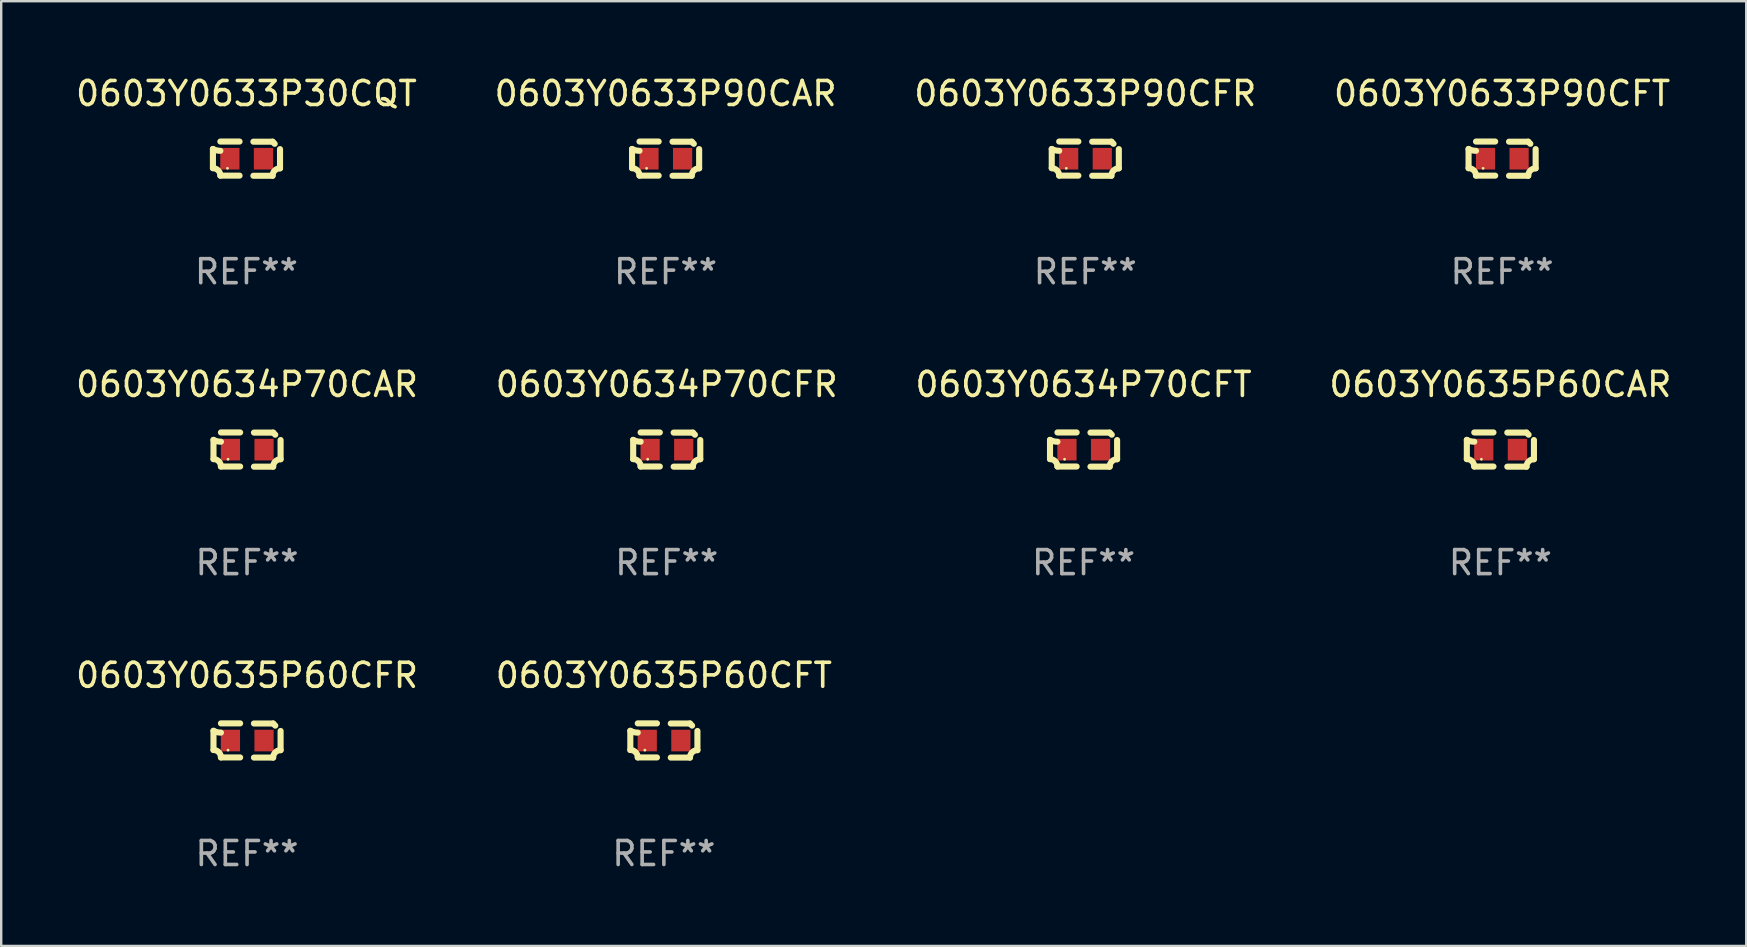
<source format=kicad_pcb>
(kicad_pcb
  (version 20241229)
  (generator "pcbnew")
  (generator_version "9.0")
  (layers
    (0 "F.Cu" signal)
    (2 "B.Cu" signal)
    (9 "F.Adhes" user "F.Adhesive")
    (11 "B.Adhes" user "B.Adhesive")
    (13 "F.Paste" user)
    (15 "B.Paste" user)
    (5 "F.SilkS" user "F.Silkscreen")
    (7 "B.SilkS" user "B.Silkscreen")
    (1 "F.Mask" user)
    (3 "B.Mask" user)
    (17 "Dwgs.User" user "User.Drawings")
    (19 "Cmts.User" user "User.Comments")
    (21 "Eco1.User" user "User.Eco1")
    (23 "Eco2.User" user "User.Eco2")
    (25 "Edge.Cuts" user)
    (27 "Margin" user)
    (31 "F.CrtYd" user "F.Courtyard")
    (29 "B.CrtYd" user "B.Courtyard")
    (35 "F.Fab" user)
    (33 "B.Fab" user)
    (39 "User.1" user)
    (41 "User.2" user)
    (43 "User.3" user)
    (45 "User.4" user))
  (footprint "0603Y0633P30CQT"
    (layer "F.Cu")
    (at 7.22 3.561)
    (property "Reference" "0603Y0633P30CQT" (at 0 -2.713 0) (layer "F.SilkS") (effects (font (size 1 1) (thickness 0.15))))
    (attr through_hole)
    (fp_line (start -1.398 -0.403) (end -1.398 0.397) (stroke (width 0.254) (type solid)) (layer "F.SilkS"))
    (fp_line (start -0.288 -0.713) (end -1.088 -0.713) (stroke (width 0.254) (type solid)) (layer "F.SilkS"))
    (fp_line (start -0.288 0.707) (end -1.088 0.707) (stroke (width 0.254) (type solid)) (layer "F.SilkS"))
    (fp_line (start 0.288 -0.707) (end 1.088 -0.707) (stroke (width 0.254) (type solid)) (layer "F.SilkS"))
    (fp_line (start 0.288 0.713) (end 1.088 0.713) (stroke (width 0.254) (type solid)) (layer "F.SilkS"))
    (fp_line (start 1.398 -0.397) (end 1.398 0.403) (stroke (width 0.254) (type solid)) (layer "F.SilkS"))
    (fp_arc (start -1.397789 0.397066) (mid -1.178701 0.487826) (end -1.08796 0.706922) (stroke (width 0.254001) (type solid)) (layer "F.SilkS"))
    (fp_arc (start -1.08796 -0.327176) (mid -1.247436 -0.346384) (end -1.39779 -0.402908) (stroke (width 0.254001) (type solid)) (layer "F.SilkS"))
    (fp_arc (start 1.087909 0.712738) (mid 1.178656 0.493655) (end 1.397739 0.402908) (stroke (width 0.254001) (type solid)) (layer "F.SilkS"))
    (fp_arc (start 1.175925 -0.618926) (mid 1.131917 -0.662923) (end 1.08791 -0.706922) (stroke (width 0.254001) (type solid)) (layer "F.SilkS"))
    (fp_circle (center -0.792 0.403) (end -0.762 0.403) (stroke (width 0.06) (type solid)) (fill no) (layer "F.SilkS"))
    (fp_text user "REF**" (at 0 4.713 0) (layer "F.Fab") (effects (font (size 1 1) (thickness 0.15))))
    (pad "1" smd rect (at -0.692 0.003) (size 0.8 0.9) (layers "F.Cu" "F.Mask" "F.Paste"))
    (pad "2" smd rect (at 0.708 0.003) (size 0.8 0.9) (layers "F.Cu" "F.Mask" "F.Paste")))
  (footprint "0603Y0634P70CFT"
    (layer "F.Cu")
    (at 42.101 15.683)
    (property "Reference" "0603Y0634P70CFT" (at 0 -2.713 0) (layer "F.SilkS") (effects (font (size 1 1) (thickness 0.15))))
    (attr through_hole)
    (fp_line (start -1.398 -0.403) (end -1.398 0.397) (stroke (width 0.254) (type solid)) (layer "F.SilkS"))
    (fp_line (start -0.288 -0.713) (end -1.088 -0.713) (stroke (width 0.254) (type solid)) (layer "F.SilkS"))
    (fp_line (start -0.288 0.707) (end -1.088 0.707) (stroke (width 0.254) (type solid)) (layer "F.SilkS"))
    (fp_line (start 0.288 -0.707) (end 1.088 -0.707) (stroke (width 0.254) (type solid)) (layer "F.SilkS"))
    (fp_line (start 0.288 0.713) (end 1.088 0.713) (stroke (width 0.254) (type solid)) (layer "F.SilkS"))
    (fp_line (start 1.398 -0.397) (end 1.398 0.403) (stroke (width 0.254) (type solid)) (layer "F.SilkS"))
    (fp_arc (start -1.397789 0.397066) (mid -1.178701 0.487826) (end -1.08796 0.706922) (stroke (width 0.254001) (type solid)) (layer "F.SilkS"))
    (fp_arc (start -1.08796 -0.327176) (mid -1.247436 -0.346384) (end -1.39779 -0.402908) (stroke (width 0.254001) (type solid)) (layer "F.SilkS"))
    (fp_arc (start 1.087909 0.712738) (mid 1.178656 0.493655) (end 1.397739 0.402908) (stroke (width 0.254001) (type solid)) (layer "F.SilkS"))
    (fp_arc (start 1.175925 -0.618926) (mid 1.131917 -0.662923) (end 1.08791 -0.706922) (stroke (width 0.254001) (type solid)) (layer "F.SilkS"))
    (fp_circle (center -0.792 0.403) (end -0.762 0.403) (stroke (width 0.06) (type solid)) (fill no) (layer "F.SilkS"))
    (fp_text user "REF**" (at 0 4.713 0) (layer "F.Fab") (effects (font (size 1 1) (thickness 0.15))))
    (pad "1" smd rect (at -0.692 0.003) (size 0.8 0.9) (layers "F.Cu" "F.Mask" "F.Paste"))
    (pad "2" smd rect (at 0.708 0.003) (size 0.8 0.9) (layers "F.Cu" "F.Mask" "F.Paste")))
  (footprint "0603Y0633P90CFR"
    (layer "F.Cu")
    (at 42.173 3.561)
    (property "Reference" "0603Y0633P90CFR" (at 0 -2.713 0) (layer "F.SilkS") (effects (font (size 1 1) (thickness 0.15))))
    (attr through_hole)
    (fp_line (start -1.398 -0.403) (end -1.398 0.397) (stroke (width 0.254) (type solid)) (layer "F.SilkS"))
    (fp_line (start -0.288 -0.713) (end -1.088 -0.713) (stroke (width 0.254) (type solid)) (layer "F.SilkS"))
    (fp_line (start -0.288 0.707) (end -1.088 0.707) (stroke (width 0.254) (type solid)) (layer "F.SilkS"))
    (fp_line (start 0.288 -0.707) (end 1.088 -0.707) (stroke (width 0.254) (type solid)) (layer "F.SilkS"))
    (fp_line (start 0.288 0.713) (end 1.088 0.713) (stroke (width 0.254) (type solid)) (layer "F.SilkS"))
    (fp_line (start 1.398 -0.397) (end 1.398 0.403) (stroke (width 0.254) (type solid)) (layer "F.SilkS"))
    (fp_arc (start -1.397789 0.397066) (mid -1.178701 0.487826) (end -1.08796 0.706922) (stroke (width 0.254001) (type solid)) (layer "F.SilkS"))
    (fp_arc (start -1.08796 -0.327176) (mid -1.247436 -0.346384) (end -1.39779 -0.402908) (stroke (width 0.254001) (type solid)) (layer "F.SilkS"))
    (fp_arc (start 1.087909 0.712738) (mid 1.178656 0.493655) (end 1.397739 0.402908) (stroke (width 0.254001) (type solid)) (layer "F.SilkS"))
    (fp_arc (start 1.175925 -0.618926) (mid 1.131917 -0.662923) (end 1.08791 -0.706922) (stroke (width 0.254001) (type solid)) (layer "F.SilkS"))
    (fp_circle (center -0.792 0.403) (end -0.762 0.403) (stroke (width 0.06) (type solid)) (fill no) (layer "F.SilkS"))
    (fp_text user "REF**" (at 0 4.713 0) (layer "F.Fab") (effects (font (size 1 1) (thickness 0.15))))
    (pad "1" smd rect (at -0.692 0.003) (size 0.8 0.9) (layers "F.Cu" "F.Mask" "F.Paste"))
    (pad "2" smd rect (at 0.708 0.003) (size 0.8 0.9) (layers "F.Cu" "F.Mask" "F.Paste")))
  (footprint "0603Y0635P60CFT"
    (layer "F.Cu")
    (at 24.613 27.805)
    (property "Reference" "0603Y0635P60CFT" (at 0 -2.713 0) (layer "F.SilkS") (effects (font (size 1 1) (thickness 0.15))))
    (attr through_hole)
    (fp_line (start -1.398 -0.403) (end -1.398 0.397) (stroke (width 0.254) (type solid)) (layer "F.SilkS"))
    (fp_line (start -0.288 -0.713) (end -1.088 -0.713) (stroke (width 0.254) (type solid)) (layer "F.SilkS"))
    (fp_line (start -0.288 0.707) (end -1.088 0.707) (stroke (width 0.254) (type solid)) (layer "F.SilkS"))
    (fp_line (start 0.288 -0.707) (end 1.088 -0.707) (stroke (width 0.254) (type solid)) (layer "F.SilkS"))
    (fp_line (start 0.288 0.713) (end 1.088 0.713) (stroke (width 0.254) (type solid)) (layer "F.SilkS"))
    (fp_line (start 1.398 -0.397) (end 1.398 0.403) (stroke (width 0.254) (type solid)) (layer "F.SilkS"))
    (fp_arc (start -1.397789 0.397066) (mid -1.178701 0.487826) (end -1.08796 0.706922) (stroke (width 0.254001) (type solid)) (layer "F.SilkS"))
    (fp_arc (start -1.08796 -0.327176) (mid -1.247436 -0.346384) (end -1.39779 -0.402908) (stroke (width 0.254001) (type solid)) (layer "F.SilkS"))
    (fp_arc (start 1.087909 0.712738) (mid 1.178656 0.493655) (end 1.397739 0.402908) (stroke (width 0.254001) (type solid)) (layer "F.SilkS"))
    (fp_arc (start 1.175925 -0.618926) (mid 1.131917 -0.662923) (end 1.08791 -0.706922) (stroke (width 0.254001) (type solid)) (layer "F.SilkS"))
    (fp_circle (center -0.792 0.403) (end -0.762 0.403) (stroke (width 0.06) (type solid)) (fill no) (layer "F.SilkS"))
    (fp_text user "REF**" (at 0 4.713 0) (layer "F.Fab") (effects (font (size 1 1) (thickness 0.15))))
    (pad "1" smd rect (at -0.692 0.003) (size 0.8 0.9) (layers "F.Cu" "F.Mask" "F.Paste"))
    (pad "2" smd rect (at 0.708 0.003) (size 0.8 0.9) (layers "F.Cu" "F.Mask" "F.Paste")))
  (footprint "0603Y0635P60CFR"
    (layer "F.Cu")
    (at 7.244 27.805)
    (property "Reference" "0603Y0635P60CFR" (at 0 -2.713 0) (layer "F.SilkS") (effects (font (size 1 1) (thickness 0.15))))
    (attr through_hole)
    (fp_line (start -1.398 -0.403) (end -1.398 0.397) (stroke (width 0.254) (type solid)) (layer "F.SilkS"))
    (fp_line (start -0.288 -0.713) (end -1.088 -0.713) (stroke (width 0.254) (type solid)) (layer "F.SilkS"))
    (fp_line (start -0.288 0.707) (end -1.088 0.707) (stroke (width 0.254) (type solid)) (layer "F.SilkS"))
    (fp_line (start 0.288 -0.707) (end 1.088 -0.707) (stroke (width 0.254) (type solid)) (layer "F.SilkS"))
    (fp_line (start 0.288 0.713) (end 1.088 0.713) (stroke (width 0.254) (type solid)) (layer "F.SilkS"))
    (fp_line (start 1.398 -0.397) (end 1.398 0.403) (stroke (width 0.254) (type solid)) (layer "F.SilkS"))
    (fp_arc (start -1.397789 0.397066) (mid -1.178701 0.487826) (end -1.08796 0.706922) (stroke (width 0.254001) (type solid)) (layer "F.SilkS"))
    (fp_arc (start -1.08796 -0.327176) (mid -1.247436 -0.346384) (end -1.39779 -0.402908) (stroke (width 0.254001) (type solid)) (layer "F.SilkS"))
    (fp_arc (start 1.087909 0.712738) (mid 1.178656 0.493655) (end 1.397739 0.402908) (stroke (width 0.254001) (type solid)) (layer "F.SilkS"))
    (fp_arc (start 1.175925 -0.618926) (mid 1.131917 -0.662923) (end 1.08791 -0.706922) (stroke (width 0.254001) (type solid)) (layer "F.SilkS"))
    (fp_circle (center -0.792 0.403) (end -0.762 0.403) (stroke (width 0.06) (type solid)) (fill no) (layer "F.SilkS"))
    (fp_text user "REF**" (at 0 4.713 0) (layer "F.Fab") (effects (font (size 1 1) (thickness 0.15))))
    (pad "1" smd rect (at -0.692 0.003) (size 0.8 0.9) (layers "F.Cu" "F.Mask" "F.Paste"))
    (pad "2" smd rect (at 0.708 0.003) (size 0.8 0.9) (layers "F.Cu" "F.Mask" "F.Paste")))
  (footprint "0603Y0634P70CAR"
    (layer "F.Cu")
    (at 7.244 15.683)
    (property "Reference" "0603Y0634P70CAR" (at 0 -2.713 0) (layer "F.SilkS") (effects (font (size 1 1) (thickness 0.15))))
    (attr through_hole)
    (fp_line (start -1.398 -0.403) (end -1.398 0.397) (stroke (width 0.254) (type solid)) (layer "F.SilkS"))
    (fp_line (start -0.288 -0.713) (end -1.088 -0.713) (stroke (width 0.254) (type solid)) (layer "F.SilkS"))
    (fp_line (start -0.288 0.707) (end -1.088 0.707) (stroke (width 0.254) (type solid)) (layer "F.SilkS"))
    (fp_line (start 0.288 -0.707) (end 1.088 -0.707) (stroke (width 0.254) (type solid)) (layer "F.SilkS"))
    (fp_line (start 0.288 0.713) (end 1.088 0.713) (stroke (width 0.254) (type solid)) (layer "F.SilkS"))
    (fp_line (start 1.398 -0.397) (end 1.398 0.403) (stroke (width 0.254) (type solid)) (layer "F.SilkS"))
    (fp_arc (start -1.397789 0.397066) (mid -1.178701 0.487826) (end -1.08796 0.706922) (stroke (width 0.254001) (type solid)) (layer "F.SilkS"))
    (fp_arc (start -1.08796 -0.327176) (mid -1.247436 -0.346384) (end -1.39779 -0.402908) (stroke (width 0.254001) (type solid)) (layer "F.SilkS"))
    (fp_arc (start 1.087909 0.712738) (mid 1.178656 0.493655) (end 1.397739 0.402908) (stroke (width 0.254001) (type solid)) (layer "F.SilkS"))
    (fp_arc (start 1.175925 -0.618926) (mid 1.131917 -0.662923) (end 1.08791 -0.706922) (stroke (width 0.254001) (type solid)) (layer "F.SilkS"))
    (fp_circle (center -0.792 0.403) (end -0.762 0.403) (stroke (width 0.06) (type solid)) (fill no) (layer "F.SilkS"))
    (fp_text user "REF**" (at 0 4.713 0) (layer "F.Fab") (effects (font (size 1 1) (thickness 0.15))))
    (pad "1" smd rect (at -0.692 0.003) (size 0.8 0.9) (layers "F.Cu" "F.Mask" "F.Paste"))
    (pad "2" smd rect (at 0.708 0.003) (size 0.8 0.9) (layers "F.Cu" "F.Mask" "F.Paste")))
  (footprint "0603Y0633P90CAR"
    (layer "F.Cu")
    (at 24.685 3.561)
    (property "Reference" "0603Y0633P90CAR" (at 0 -2.713 0) (layer "F.SilkS") (effects (font (size 1 1) (thickness 0.15))))
    (attr through_hole)
    (fp_line (start -1.398 -0.403) (end -1.398 0.397) (stroke (width 0.254) (type solid)) (layer "F.SilkS"))
    (fp_line (start -0.288 -0.713) (end -1.088 -0.713) (stroke (width 0.254) (type solid)) (layer "F.SilkS"))
    (fp_line (start -0.288 0.707) (end -1.088 0.707) (stroke (width 0.254) (type solid)) (layer "F.SilkS"))
    (fp_line (start 0.288 -0.707) (end 1.088 -0.707) (stroke (width 0.254) (type solid)) (layer "F.SilkS"))
    (fp_line (start 0.288 0.713) (end 1.088 0.713) (stroke (width 0.254) (type solid)) (layer "F.SilkS"))
    (fp_line (start 1.398 -0.397) (end 1.398 0.403) (stroke (width 0.254) (type solid)) (layer "F.SilkS"))
    (fp_arc (start -1.397789 0.397066) (mid -1.178701 0.487826) (end -1.08796 0.706922) (stroke (width 0.254001) (type solid)) (layer "F.SilkS"))
    (fp_arc (start -1.08796 -0.327176) (mid -1.247436 -0.346384) (end -1.39779 -0.402908) (stroke (width 0.254001) (type solid)) (layer "F.SilkS"))
    (fp_arc (start 1.087909 0.712738) (mid 1.178656 0.493655) (end 1.397739 0.402908) (stroke (width 0.254001) (type solid)) (layer "F.SilkS"))
    (fp_arc (start 1.175925 -0.618926) (mid 1.131917 -0.662923) (end 1.08791 -0.706922) (stroke (width 0.254001) (type solid)) (layer "F.SilkS"))
    (fp_circle (center -0.792 0.403) (end -0.762 0.403) (stroke (width 0.06) (type solid)) (fill no) (layer "F.SilkS"))
    (fp_text user "REF**" (at 0 4.713 0) (layer "F.Fab") (effects (font (size 1 1) (thickness 0.15))))
    (pad "1" smd rect (at -0.692 0.003) (size 0.8 0.9) (layers "F.Cu" "F.Mask" "F.Paste"))
    (pad "2" smd rect (at 0.708 0.003) (size 0.8 0.9) (layers "F.Cu" "F.Mask" "F.Paste")))
  (footprint "0603Y0634P70CFR"
    (layer "F.Cu")
    (at 24.732 15.683)
    (property "Reference" "0603Y0634P70CFR" (at 0 -2.713 0) (layer "F.SilkS") (effects (font (size 1 1) (thickness 0.15))))
    (attr through_hole)
    (fp_line (start -1.398 -0.403) (end -1.398 0.397) (stroke (width 0.254) (type solid)) (layer "F.SilkS"))
    (fp_line (start -0.288 -0.713) (end -1.088 -0.713) (stroke (width 0.254) (type solid)) (layer "F.SilkS"))
    (fp_line (start -0.288 0.707) (end -1.088 0.707) (stroke (width 0.254) (type solid)) (layer "F.SilkS"))
    (fp_line (start 0.288 -0.707) (end 1.088 -0.707) (stroke (width 0.254) (type solid)) (layer "F.SilkS"))
    (fp_line (start 0.288 0.713) (end 1.088 0.713) (stroke (width 0.254) (type solid)) (layer "F.SilkS"))
    (fp_line (start 1.398 -0.397) (end 1.398 0.403) (stroke (width 0.254) (type solid)) (layer "F.SilkS"))
    (fp_arc (start -1.397789 0.397066) (mid -1.178701 0.487826) (end -1.08796 0.706922) (stroke (width 0.254001) (type solid)) (layer "F.SilkS"))
    (fp_arc (start -1.08796 -0.327176) (mid -1.247436 -0.346384) (end -1.39779 -0.402908) (stroke (width 0.254001) (type solid)) (layer "F.SilkS"))
    (fp_arc (start 1.087909 0.712738) (mid 1.178656 0.493655) (end 1.397739 0.402908) (stroke (width 0.254001) (type solid)) (layer "F.SilkS"))
    (fp_arc (start 1.175925 -0.618926) (mid 1.131917 -0.662923) (end 1.08791 -0.706922) (stroke (width 0.254001) (type solid)) (layer "F.SilkS"))
    (fp_circle (center -0.792 0.403) (end -0.762 0.403) (stroke (width 0.06) (type solid)) (fill no) (layer "F.SilkS"))
    (fp_text user "REF**" (at 0 4.713 0) (layer "F.Fab") (effects (font (size 1 1) (thickness 0.15))))
    (pad "1" smd rect (at -0.692 0.003) (size 0.8 0.9) (layers "F.Cu" "F.Mask" "F.Paste"))
    (pad "2" smd rect (at 0.708 0.003) (size 0.8 0.9) (layers "F.Cu" "F.Mask" "F.Paste")))
  (footprint "0603Y0635P60CAR"
    (layer "F.Cu")
    (at 59.47 15.683)
    (property "Reference" "0603Y0635P60CAR" (at 0 -2.713 0) (layer "F.SilkS") (effects (font (size 1 1) (thickness 0.15))))
    (attr through_hole)
    (fp_line (start -1.398 -0.403) (end -1.398 0.397) (stroke (width 0.254) (type solid)) (layer "F.SilkS"))
    (fp_line (start -0.288 -0.713) (end -1.088 -0.713) (stroke (width 0.254) (type solid)) (layer "F.SilkS"))
    (fp_line (start -0.288 0.707) (end -1.088 0.707) (stroke (width 0.254) (type solid)) (layer "F.SilkS"))
    (fp_line (start 0.288 -0.707) (end 1.088 -0.707) (stroke (width 0.254) (type solid)) (layer "F.SilkS"))
    (fp_line (start 0.288 0.713) (end 1.088 0.713) (stroke (width 0.254) (type solid)) (layer "F.SilkS"))
    (fp_line (start 1.398 -0.397) (end 1.398 0.403) (stroke (width 0.254) (type solid)) (layer "F.SilkS"))
    (fp_arc (start -1.397789 0.397066) (mid -1.178701 0.487826) (end -1.08796 0.706922) (stroke (width 0.254001) (type solid)) (layer "F.SilkS"))
    (fp_arc (start -1.08796 -0.327176) (mid -1.247436 -0.346384) (end -1.39779 -0.402908) (stroke (width 0.254001) (type solid)) (layer "F.SilkS"))
    (fp_arc (start 1.087909 0.712738) (mid 1.178656 0.493655) (end 1.397739 0.402908) (stroke (width 0.254001) (type solid)) (layer "F.SilkS"))
    (fp_arc (start 1.175925 -0.618926) (mid 1.131917 -0.662923) (end 1.08791 -0.706922) (stroke (width 0.254001) (type solid)) (layer "F.SilkS"))
    (fp_circle (center -0.792 0.403) (end -0.762 0.403) (stroke (width 0.06) (type solid)) (fill no) (layer "F.SilkS"))
    (fp_text user "REF**" (at 0 4.713 0) (layer "F.Fab") (effects (font (size 1 1) (thickness 0.15))))
    (pad "1" smd rect (at -0.692 0.003) (size 0.8 0.9) (layers "F.Cu" "F.Mask" "F.Paste"))
    (pad "2" smd rect (at 0.708 0.003) (size 0.8 0.9) (layers "F.Cu" "F.Mask" "F.Paste")))
  (footprint "0603Y0633P90CFT"
    (layer "F.Cu")
    (at 59.542 3.561)
    (property "Reference" "0603Y0633P90CFT" (at 0 -2.713 0) (layer "F.SilkS") (effects (font (size 1 1) (thickness 0.15))))
    (attr through_hole)
    (fp_line (start -1.398 -0.403) (end -1.398 0.397) (stroke (width 0.254) (type solid)) (layer "F.SilkS"))
    (fp_line (start -0.288 -0.713) (end -1.088 -0.713) (stroke (width 0.254) (type solid)) (layer "F.SilkS"))
    (fp_line (start -0.288 0.707) (end -1.088 0.707) (stroke (width 0.254) (type solid)) (layer "F.SilkS"))
    (fp_line (start 0.288 -0.707) (end 1.088 -0.707) (stroke (width 0.254) (type solid)) (layer "F.SilkS"))
    (fp_line (start 0.288 0.713) (end 1.088 0.713) (stroke (width 0.254) (type solid)) (layer "F.SilkS"))
    (fp_line (start 1.398 -0.397) (end 1.398 0.403) (stroke (width 0.254) (type solid)) (layer "F.SilkS"))
    (fp_arc (start -1.397789 0.397066) (mid -1.178701 0.487826) (end -1.08796 0.706922) (stroke (width 0.254001) (type solid)) (layer "F.SilkS"))
    (fp_arc (start -1.08796 -0.327176) (mid -1.247436 -0.346384) (end -1.39779 -0.402908) (stroke (width 0.254001) (type solid)) (layer "F.SilkS"))
    (fp_arc (start 1.087909 0.712738) (mid 1.178656 0.493655) (end 1.397739 0.402908) (stroke (width 0.254001) (type solid)) (layer "F.SilkS"))
    (fp_arc (start 1.175925 -0.618926) (mid 1.131917 -0.662923) (end 1.08791 -0.706922) (stroke (width 0.254001) (type solid)) (layer "F.SilkS"))
    (fp_circle (center -0.792 0.403) (end -0.762 0.403) (stroke (width 0.06) (type solid)) (fill no) (layer "F.SilkS"))
    (fp_text user "REF**" (at 0 4.713 0) (layer "F.Fab") (effects (font (size 1 1) (thickness 0.15))))
    (pad "1" smd rect (at -0.692 0.003) (size 0.8 0.9) (layers "F.Cu" "F.Mask" "F.Paste"))
    (pad "2" smd rect (at 0.708 0.003) (size 0.8 0.9) (layers "F.Cu" "F.Mask" "F.Paste")))
  (gr_rect
    (start -3 -3)
    (end 69.714 36.366)
    (stroke (width 0.1) (type default))
    (fill no)
    (layer "Edge.Cuts")))
</source>
